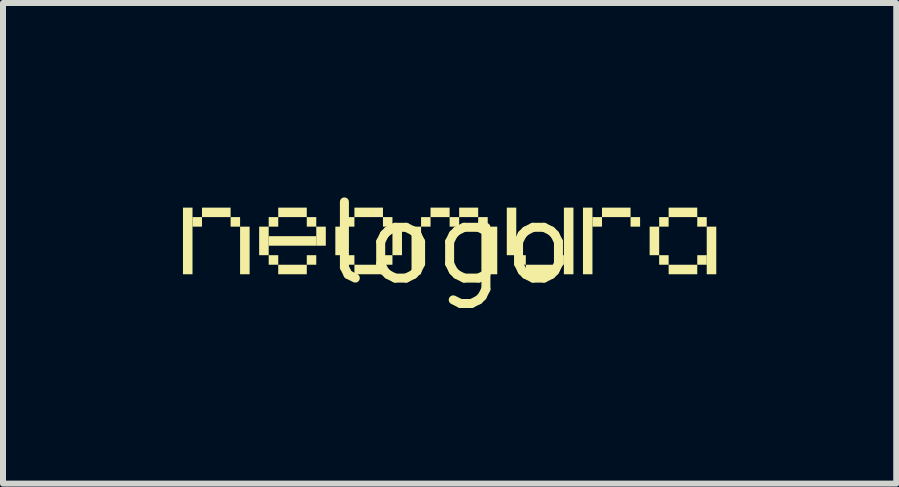
<source format=kicad_pcb>
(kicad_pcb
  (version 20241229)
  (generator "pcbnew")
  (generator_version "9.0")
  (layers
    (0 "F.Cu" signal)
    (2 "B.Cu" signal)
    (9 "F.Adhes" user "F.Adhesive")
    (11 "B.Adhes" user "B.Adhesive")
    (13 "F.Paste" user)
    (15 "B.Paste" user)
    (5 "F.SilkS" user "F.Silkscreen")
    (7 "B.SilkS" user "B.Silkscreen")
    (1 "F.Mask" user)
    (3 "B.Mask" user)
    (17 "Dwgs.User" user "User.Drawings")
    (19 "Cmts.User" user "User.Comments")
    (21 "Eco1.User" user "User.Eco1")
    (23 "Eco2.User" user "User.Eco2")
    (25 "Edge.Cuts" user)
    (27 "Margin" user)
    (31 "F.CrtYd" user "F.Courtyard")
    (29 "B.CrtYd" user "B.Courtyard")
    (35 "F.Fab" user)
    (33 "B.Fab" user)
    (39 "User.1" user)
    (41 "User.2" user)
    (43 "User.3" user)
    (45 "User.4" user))
  (footprint "logo"
    (layer "F.Cu")
    (at 4.445 1.006)
    (property "Reference" "logo" (at 0 0 0) (layer "F.SilkS") (effects (font (size 1.27 1.27) (thickness 0.15))))
    (attr through_hole)
    (fp_poly (pts (xy -4.286 0.516) (xy -4.445 0.516) (xy -4.445 -0.595) (xy -4.286 -0.595)) (stroke (width 0) (type solid)) (fill yes) (layer "F.SilkS"))
    (fp_poly (pts (xy -4.128 -0.278) (xy -4.286 -0.278) (xy -4.286 -0.437) (xy -4.128 -0.437)) (stroke (width 0) (type solid)) (fill yes) (layer "F.SilkS"))
    (fp_poly (pts (xy -3.651 -0.437) (xy -4.128 -0.437) (xy -4.128 -0.595) (xy -3.651 -0.595)) (stroke (width 0) (type solid)) (fill yes) (layer "F.SilkS"))
    (fp_poly (pts (xy -3.493 -0.278) (xy -3.651 -0.278) (xy -3.651 -0.437) (xy -3.493 -0.437)) (stroke (width 0) (type solid)) (fill yes) (layer "F.SilkS"))
    (fp_poly (pts (xy -3.334 0.516) (xy -3.493 0.516) (xy -3.493 -0.278) (xy -3.334 -0.278)) (stroke (width 0) (type solid)) (fill yes) (layer "F.SilkS"))
    (fp_poly (pts (xy -3.016 0.198) (xy -3.175 0.198) (xy -3.175 -0.278) (xy -3.016 -0.278)) (stroke (width 0) (type solid)) (fill yes) (layer "F.SilkS"))
    (fp_poly (pts (xy -2.857 -0.278) (xy -3.016 -0.278) (xy -3.016 -0.437) (xy -2.857 -0.437)) (stroke (width 0) (type solid)) (fill yes) (layer "F.SilkS"))
    (fp_poly (pts (xy -2.857 0.357) (xy -3.016 0.357) (xy -3.016 0.198) (xy -2.857 0.198)) (stroke (width 0) (type solid)) (fill yes) (layer "F.SilkS"))
    (fp_poly (pts (xy -2.381 -0.437) (xy -2.857 -0.437) (xy -2.857 -0.595) (xy -2.381 -0.595)) (stroke (width 0) (type solid)) (fill yes) (layer "F.SilkS"))
    (fp_poly (pts (xy -2.381 0.516) (xy -2.857 0.516) (xy -2.857 0.357) (xy -2.381 0.357)) (stroke (width 0) (type solid)) (fill yes) (layer "F.SilkS"))
    (fp_poly (pts (xy -2.223 -0.278) (xy -2.381 -0.278) (xy -2.381 -0.437) (xy -2.223 -0.437)) (stroke (width 0) (type solid)) (fill yes) (layer "F.SilkS"))
    (fp_poly (pts (xy -2.223 0.04) (xy -3.016 0.04) (xy -3.016 -0.119) (xy -2.223 -0.119)) (stroke (width 0) (type solid)) (fill yes) (layer "F.SilkS"))
    (fp_poly (pts (xy -2.223 0.357) (xy -2.381 0.357) (xy -2.381 0.198) (xy -2.223 0.198)) (stroke (width 0) (type solid)) (fill yes) (layer "F.SilkS"))
    (fp_poly (pts (xy -2.064 0.04) (xy -2.223 0.04) (xy -2.223 -0.278) (xy -2.064 -0.278)) (stroke (width 0) (type solid)) (fill yes) (layer "F.SilkS"))
    (fp_poly (pts (xy -1.746 0.198) (xy -1.905 0.198) (xy -1.905 -0.278) (xy -1.746 -0.278)) (stroke (width 0) (type solid)) (fill yes) (layer "F.SilkS"))
    (fp_poly (pts (xy -1.587 -0.278) (xy -1.746 -0.278) (xy -1.746 -0.437) (xy -1.587 -0.437)) (stroke (width 0) (type solid)) (fill yes) (layer "F.SilkS"))
    (fp_poly (pts (xy -1.587 0.357) (xy -1.746 0.357) (xy -1.746 0.198) (xy -1.587 0.198)) (stroke (width 0) (type solid)) (fill yes) (layer "F.SilkS"))
    (fp_poly (pts (xy -1.111 -0.437) (xy -1.587 -0.437) (xy -1.587 -0.595) (xy -1.111 -0.595)) (stroke (width 0) (type solid)) (fill yes) (layer "F.SilkS"))
    (fp_poly (pts (xy -1.111 0.516) (xy -1.587 0.516) (xy -1.587 0.357) (xy -1.111 0.357)) (stroke (width 0) (type solid)) (fill yes) (layer "F.SilkS"))
    (fp_poly (pts (xy -0.953 -0.278) (xy -1.111 -0.278) (xy -1.111 -0.437) (xy -0.953 -0.437)) (stroke (width 0) (type solid)) (fill yes) (layer "F.SilkS"))
    (fp_poly (pts (xy -0.953 0.357) (xy -1.111 0.357) (xy -1.111 0.198) (xy -0.953 0.198)) (stroke (width 0) (type solid)) (fill yes) (layer "F.SilkS"))
    (fp_poly (pts (xy -0.794 0.198) (xy -0.953 0.198) (xy -0.953 -0.278) (xy -0.794 -0.278)) (stroke (width 0) (type solid)) (fill yes) (layer "F.SilkS"))
    (fp_poly (pts (xy -0.476 0.516) (xy -0.635 0.516) (xy -0.635 -0.278) (xy -0.476 -0.278)) (stroke (width 0) (type solid)) (fill yes) (layer "F.SilkS"))
    (fp_poly (pts (xy -0.318 -0.278) (xy -0.476 -0.278) (xy -0.476 -0.437) (xy -0.318 -0.437)) (stroke (width 0) (type solid)) (fill yes) (layer "F.SilkS"))
    (fp_poly (pts (xy 0 -0.437) (xy -0.318 -0.437) (xy -0.318 -0.595) (xy 0 -0.595)) (stroke (width 0) (type solid)) (fill yes) (layer "F.SilkS"))
    (fp_poly (pts (xy 0.159 -0.278) (xy 0 -0.278) (xy 0 -0.437) (xy 0.159 -0.437)) (stroke (width 0) (type solid)) (fill yes) (layer "F.SilkS"))
    (fp_poly (pts (xy 0.476 -0.437) (xy 0.159 -0.437) (xy 0.159 -0.595) (xy 0.476 -0.595)) (stroke (width 0) (type solid)) (fill yes) (layer "F.SilkS"))
    (fp_poly (pts (xy 0.635 -0.278) (xy 0.476 -0.278) (xy 0.476 -0.437) (xy 0.635 -0.437)) (stroke (width 0) (type solid)) (fill yes) (layer "F.SilkS"))
    (fp_poly (pts (xy 0.794 0.516) (xy 0.635 0.516) (xy 0.635 -0.278) (xy 0.794 -0.278)) (stroke (width 0) (type solid)) (fill yes) (layer "F.SilkS"))
    (fp_poly (pts (xy 1.111 0.198) (xy 0.953 0.198) (xy 0.953 -0.595) (xy 1.111 -0.595)) (stroke (width 0) (type solid)) (fill yes) (layer "F.SilkS"))
    (fp_poly (pts (xy 1.27 0.357) (xy 1.111 0.357) (xy 1.111 0.198) (xy 1.27 0.198)) (stroke (width 0) (type solid)) (fill yes) (layer "F.SilkS"))
    (fp_poly (pts (xy 1.746 0.516) (xy 1.27 0.516) (xy 1.27 0.357) (xy 1.746 0.357)) (stroke (width 0) (type solid)) (fill yes) (layer "F.SilkS"))
    (fp_poly (pts (xy 1.905 0.357) (xy 1.746 0.357) (xy 1.746 0.198) (xy 1.905 0.198)) (stroke (width 0) (type solid)) (fill yes) (layer "F.SilkS"))
    (fp_poly (pts (xy 2.064 0.516) (xy 1.905 0.516) (xy 1.905 -0.595) (xy 2.064 -0.595)) (stroke (width 0) (type solid)) (fill yes) (layer "F.SilkS"))
    (fp_poly (pts (xy 2.381 0.516) (xy 2.223 0.516) (xy 2.223 -0.595) (xy 2.381 -0.595)) (stroke (width 0) (type solid)) (fill yes) (layer "F.SilkS"))
    (fp_poly (pts (xy 2.54 -0.278) (xy 2.381 -0.278) (xy 2.381 -0.437) (xy 2.54 -0.437)) (stroke (width 0) (type solid)) (fill yes) (layer "F.SilkS"))
    (fp_poly (pts (xy 3.016 -0.437) (xy 2.54 -0.437) (xy 2.54 -0.595) (xy 3.016 -0.595)) (stroke (width 0) (type solid)) (fill yes) (layer "F.SilkS"))
    (fp_poly (pts (xy 3.175 -0.278) (xy 3.016 -0.278) (xy 3.016 -0.437) (xy 3.175 -0.437)) (stroke (width 0) (type solid)) (fill yes) (layer "F.SilkS"))
    (fp_poly (pts (xy 3.493 0.198) (xy 3.334 0.198) (xy 3.334 -0.278) (xy 3.493 -0.278)) (stroke (width 0) (type solid)) (fill yes) (layer "F.SilkS"))
    (fp_poly (pts (xy 3.651 -0.278) (xy 3.493 -0.278) (xy 3.493 -0.437) (xy 3.651 -0.437)) (stroke (width 0) (type solid)) (fill yes) (layer "F.SilkS"))
    (fp_poly (pts (xy 3.651 0.357) (xy 3.493 0.357) (xy 3.493 0.198) (xy 3.651 0.198)) (stroke (width 0) (type solid)) (fill yes) (layer "F.SilkS"))
    (fp_poly (pts (xy 4.128 -0.437) (xy 3.651 -0.437) (xy 3.651 -0.595) (xy 4.128 -0.595)) (stroke (width 0) (type solid)) (fill yes) (layer "F.SilkS"))
    (fp_poly (pts (xy 4.128 0.516) (xy 3.651 0.516) (xy 3.651 0.357) (xy 4.128 0.357)) (stroke (width 0) (type solid)) (fill yes) (layer "F.SilkS"))
    (fp_poly (pts (xy 4.286 -0.278) (xy 4.128 -0.278) (xy 4.128 -0.437) (xy 4.286 -0.437)) (stroke (width 0) (type solid)) (fill yes) (layer "F.SilkS"))
    (fp_poly (pts (xy 4.286 0.357) (xy 4.128 0.357) (xy 4.128 0.198) (xy 4.286 0.198)) (stroke (width 0) (type solid)) (fill yes) (layer "F.SilkS"))
    (fp_poly (pts (xy 4.445 0.516) (xy 4.286 0.516) (xy 4.286 -0.278) (xy 4.445 -0.278)) (stroke (width 0) (type solid)) (fill yes) (layer "F.SilkS")))
  (gr_rect
    (start -3 -3)
    (end 11.89 5.012)
    (stroke (width 0.1) (type default))
    (fill no)
    (layer "Edge.Cuts")))
</source>
